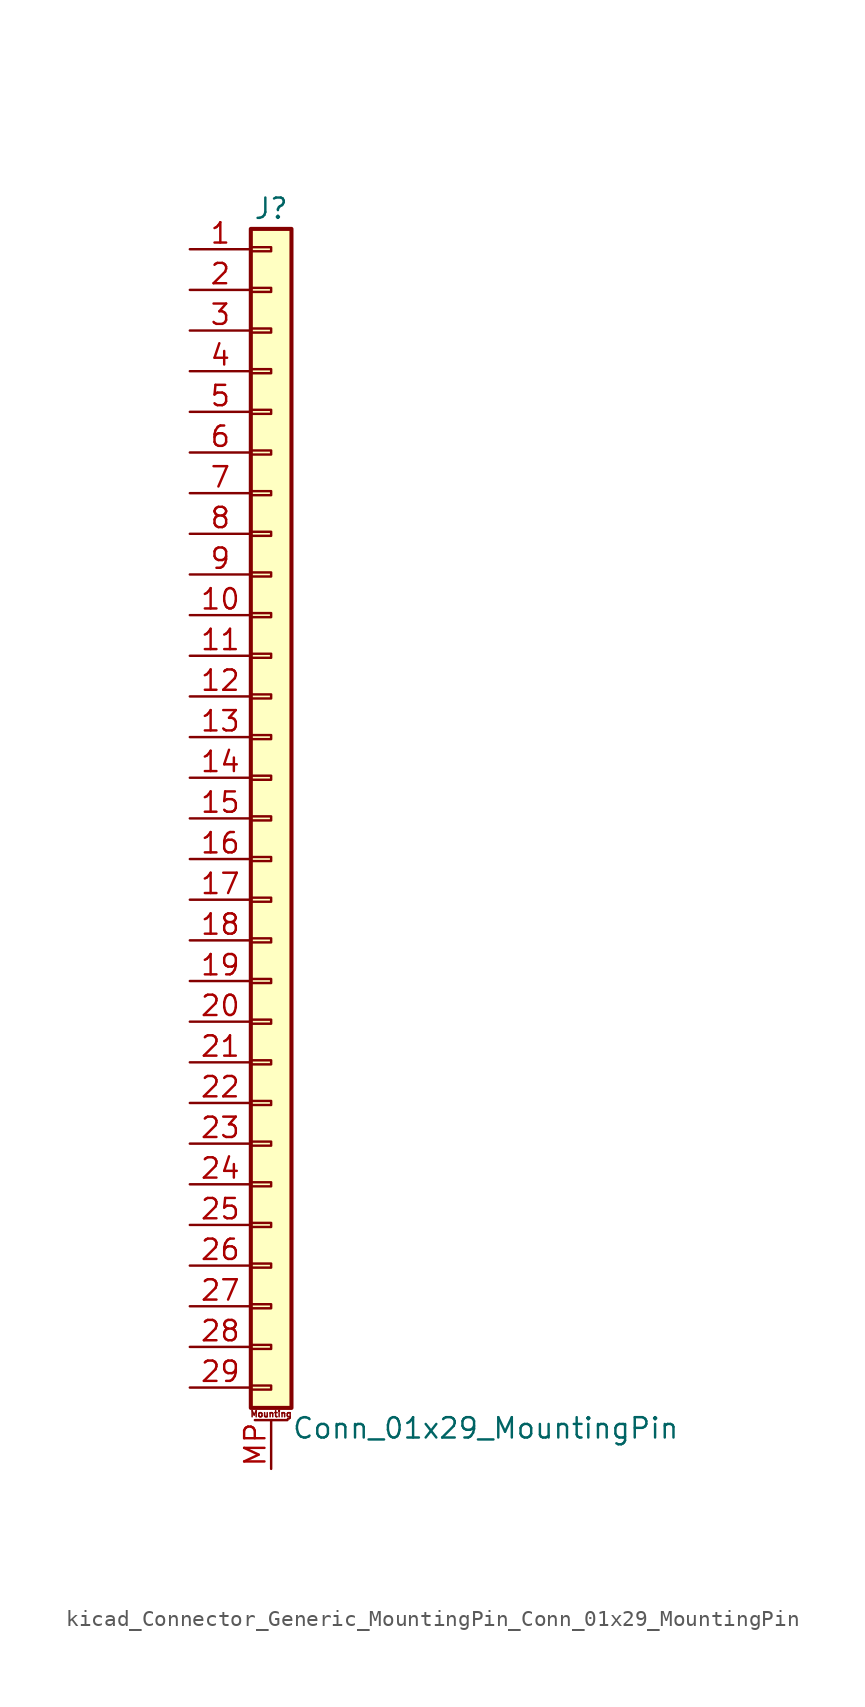
<source format=kicad_sym>
(kicad_symbol_lib
  (version 20220914)
  (generator kicad_symbol_editor)
  (symbol "kicad_Connector_Generic_MountingPin_Conn_01x29_MountingPin"
    (pin_names
      (offset 1.016) hide)
    (property "Reference" "J"
      (at 0 38.1 0)
      (effects (font (size 1.27 1.27))))
    (property "Value" "Conn_01x29_MountingPin"
      (at 1.27 -38.1 0)
      (effects (font (size 1.27 1.27)) (justify left)))
    (symbol "kicad_Connector_Generic_MountingPin_Conn_01x29_MountingPin_1_1"
      (rectangle (start -1.27 -35.433) (end 0 -35.687) (stroke (width 0.152) (type default)) (fill (type none)))
      (rectangle (start -1.27 -32.893) (end 0 -33.147) (stroke (width 0.152) (type default)) (fill (type none)))
      (rectangle (start -1.27 -30.353) (end 0 -30.607) (stroke (width 0.152) (type default)) (fill (type none)))
      (rectangle (start -1.27 -27.813) (end 0 -28.067) (stroke (width 0.152) (type default)) (fill (type none)))
      (rectangle (start -1.27 -25.273) (end 0 -25.527) (stroke (width 0.152) (type default)) (fill (type none)))
      (rectangle (start -1.27 -22.733) (end 0 -22.987) (stroke (width 0.152) (type default)) (fill (type none)))
      (rectangle (start -1.27 -20.193) (end 0 -20.447) (stroke (width 0.152) (type default)) (fill (type none)))
      (rectangle (start -1.27 -17.653) (end 0 -17.907) (stroke (width 0.152) (type default)) (fill (type none)))
      (rectangle (start -1.27 -15.113) (end 0 -15.367) (stroke (width 0.152) (type default)) (fill (type none)))
      (rectangle (start -1.27 -12.573) (end 0 -12.827) (stroke (width 0.152) (type default)) (fill (type none)))
      (rectangle (start -1.27 -10.033) (end 0 -10.287) (stroke (width 0.152) (type default)) (fill (type none)))
      (rectangle (start -1.27 -7.493) (end 0 -7.747) (stroke (width 0.152) (type default)) (fill (type none)))
      (rectangle (start -1.27 -4.953) (end 0 -5.207) (stroke (width 0.152) (type default)) (fill (type none)))
      (rectangle (start -1.27 -2.413) (end 0 -2.667) (stroke (width 0.152) (type default)) (fill (type none)))
      (rectangle (start -1.27 0.127) (end 0 -0.127) (stroke (width 0.152) (type default)) (fill (type none)))
      (rectangle (start -1.27 2.667) (end 0 2.413) (stroke (width 0.152) (type default)) (fill (type none)))
      (rectangle (start -1.27 5.207) (end 0 4.953) (stroke (width 0.152) (type default)) (fill (type none)))
      (rectangle (start -1.27 7.747) (end 0 7.493) (stroke (width 0.152) (type default)) (fill (type none)))
      (rectangle (start -1.27 10.287) (end 0 10.033) (stroke (width 0.152) (type default)) (fill (type none)))
      (rectangle (start -1.27 12.827) (end 0 12.573) (stroke (width 0.152) (type default)) (fill (type none)))
      (rectangle (start -1.27 15.367) (end 0 15.113) (stroke (width 0.152) (type default)) (fill (type none)))
      (rectangle (start -1.27 17.907) (end 0 17.653) (stroke (width 0.152) (type default)) (fill (type none)))
      (rectangle (start -1.27 20.447) (end 0 20.193) (stroke (width 0.152) (type default)) (fill (type none)))
      (rectangle (start -1.27 22.987) (end 0 22.733) (stroke (width 0.152) (type default)) (fill (type none)))
      (rectangle (start -1.27 25.527) (end 0 25.273) (stroke (width 0.152) (type default)) (fill (type none)))
      (rectangle (start -1.27 28.067) (end 0 27.813) (stroke (width 0.152) (type default)) (fill (type none)))
      (rectangle (start -1.27 30.607) (end 0 30.353) (stroke (width 0.152) (type default)) (fill (type none)))
      (rectangle (start -1.27 33.147) (end 0 32.893) (stroke (width 0.152) (type default)) (fill (type none)))
      (rectangle (start -1.27 35.687) (end 0 35.433) (stroke (width 0.152) (type default)) (fill (type none)))
      (rectangle (start -1.27 36.83) (end 1.27 -36.83) (stroke (width 0.254) (type default)) (fill (type background)))
      (polyline (pts (xy -1.016 -37.592) (xy 1.016 -37.592)) (stroke (width 0.152) (type default)) (fill (type none)))
      (text "Mounting" (at 0 -37.211 0) (effects (font (size 0.381 0.381))))
      (pin passive line (at -5.08 35.56 0) (length 3.81) (name "Pin_1" (effects (font (size 1.27 1.27)))) (number "1" (effects (font (size 1.27 1.27)))))
      (pin passive line (at -5.08 12.7 0) (length 3.81) (name "Pin_10" (effects (font (size 1.27 1.27)))) (number "10" (effects (font (size 1.27 1.27)))))
      (pin passive line (at -5.08 10.16 0) (length 3.81) (name "Pin_11" (effects (font (size 1.27 1.27)))) (number "11" (effects (font (size 1.27 1.27)))))
      (pin passive line (at -5.08 7.62 0) (length 3.81) (name "Pin_12" (effects (font (size 1.27 1.27)))) (number "12" (effects (font (size 1.27 1.27)))))
      (pin passive line (at -5.08 5.08 0) (length 3.81) (name "Pin_13" (effects (font (size 1.27 1.27)))) (number "13" (effects (font (size 1.27 1.27)))))
      (pin passive line (at -5.08 2.54 0) (length 3.81) (name "Pin_14" (effects (font (size 1.27 1.27)))) (number "14" (effects (font (size 1.27 1.27)))))
      (pin passive line (at -5.08 0 0) (length 3.81) (name "Pin_15" (effects (font (size 1.27 1.27)))) (number "15" (effects (font (size 1.27 1.27)))))
      (pin passive line (at -5.08 -2.54 0) (length 3.81) (name "Pin_16" (effects (font (size 1.27 1.27)))) (number "16" (effects (font (size 1.27 1.27)))))
      (pin passive line (at -5.08 -5.08 0) (length 3.81) (name "Pin_17" (effects (font (size 1.27 1.27)))) (number "17" (effects (font (size 1.27 1.27)))))
      (pin passive line (at -5.08 -7.62 0) (length 3.81) (name "Pin_18" (effects (font (size 1.27 1.27)))) (number "18" (effects (font (size 1.27 1.27)))))
      (pin passive line (at -5.08 -10.16 0) (length 3.81) (name "Pin_19" (effects (font (size 1.27 1.27)))) (number "19" (effects (font (size 1.27 1.27)))))
      (pin passive line (at -5.08 33.02 0) (length 3.81) (name "Pin_2" (effects (font (size 1.27 1.27)))) (number "2" (effects (font (size 1.27 1.27)))))
      (pin passive line (at -5.08 -12.7 0) (length 3.81) (name "Pin_20" (effects (font (size 1.27 1.27)))) (number "20" (effects (font (size 1.27 1.27)))))
      (pin passive line (at -5.08 -15.24 0) (length 3.81) (name "Pin_21" (effects (font (size 1.27 1.27)))) (number "21" (effects (font (size 1.27 1.27)))))
      (pin passive line (at -5.08 -17.78 0) (length 3.81) (name "Pin_22" (effects (font (size 1.27 1.27)))) (number "22" (effects (font (size 1.27 1.27)))))
      (pin passive line (at -5.08 -20.32 0) (length 3.81) (name "Pin_23" (effects (font (size 1.27 1.27)))) (number "23" (effects (font (size 1.27 1.27)))))
      (pin passive line (at -5.08 -22.86 0) (length 3.81) (name "Pin_24" (effects (font (size 1.27 1.27)))) (number "24" (effects (font (size 1.27 1.27)))))
      (pin passive line (at -5.08 -25.4 0) (length 3.81) (name "Pin_25" (effects (font (size 1.27 1.27)))) (number "25" (effects (font (size 1.27 1.27)))))
      (pin passive line (at -5.08 -27.94 0) (length 3.81) (name "Pin_26" (effects (font (size 1.27 1.27)))) (number "26" (effects (font (size 1.27 1.27)))))
      (pin passive line (at -5.08 -30.48 0) (length 3.81) (name "Pin_27" (effects (font (size 1.27 1.27)))) (number "27" (effects (font (size 1.27 1.27)))))
      (pin passive line (at -5.08 -33.02 0) (length 3.81) (name "Pin_28" (effects (font (size 1.27 1.27)))) (number "28" (effects (font (size 1.27 1.27)))))
      (pin passive line (at -5.08 -35.56 0) (length 3.81) (name "Pin_29" (effects (font (size 1.27 1.27)))) (number "29" (effects (font (size 1.27 1.27)))))
      (pin passive line (at -5.08 30.48 0) (length 3.81) (name "Pin_3" (effects (font (size 1.27 1.27)))) (number "3" (effects (font (size 1.27 1.27)))))
      (pin passive line (at -5.08 27.94 0) (length 3.81) (name "Pin_4" (effects (font (size 1.27 1.27)))) (number "4" (effects (font (size 1.27 1.27)))))
      (pin passive line (at -5.08 25.4 0) (length 3.81) (name "Pin_5" (effects (font (size 1.27 1.27)))) (number "5" (effects (font (size 1.27 1.27)))))
      (pin passive line (at -5.08 22.86 0) (length 3.81) (name "Pin_6" (effects (font (size 1.27 1.27)))) (number "6" (effects (font (size 1.27 1.27)))))
      (pin passive line (at -5.08 20.32 0) (length 3.81) (name "Pin_7" (effects (font (size 1.27 1.27)))) (number "7" (effects (font (size 1.27 1.27)))))
      (pin passive line (at -5.08 17.78 0) (length 3.81) (name "Pin_8" (effects (font (size 1.27 1.27)))) (number "8" (effects (font (size 1.27 1.27)))))
      (pin passive line (at -5.08 15.24 0) (length 3.81) (name "Pin_9" (effects (font (size 1.27 1.27)))) (number "9" (effects (font (size 1.27 1.27)))))
      (pin passive line (at 0 -40.64 90) (length 3.048) (name "MountPin" (effects (font (size 1.27 1.27)))) (number "MP" (effects (font (size 1.27 1.27))))))))
</source>
